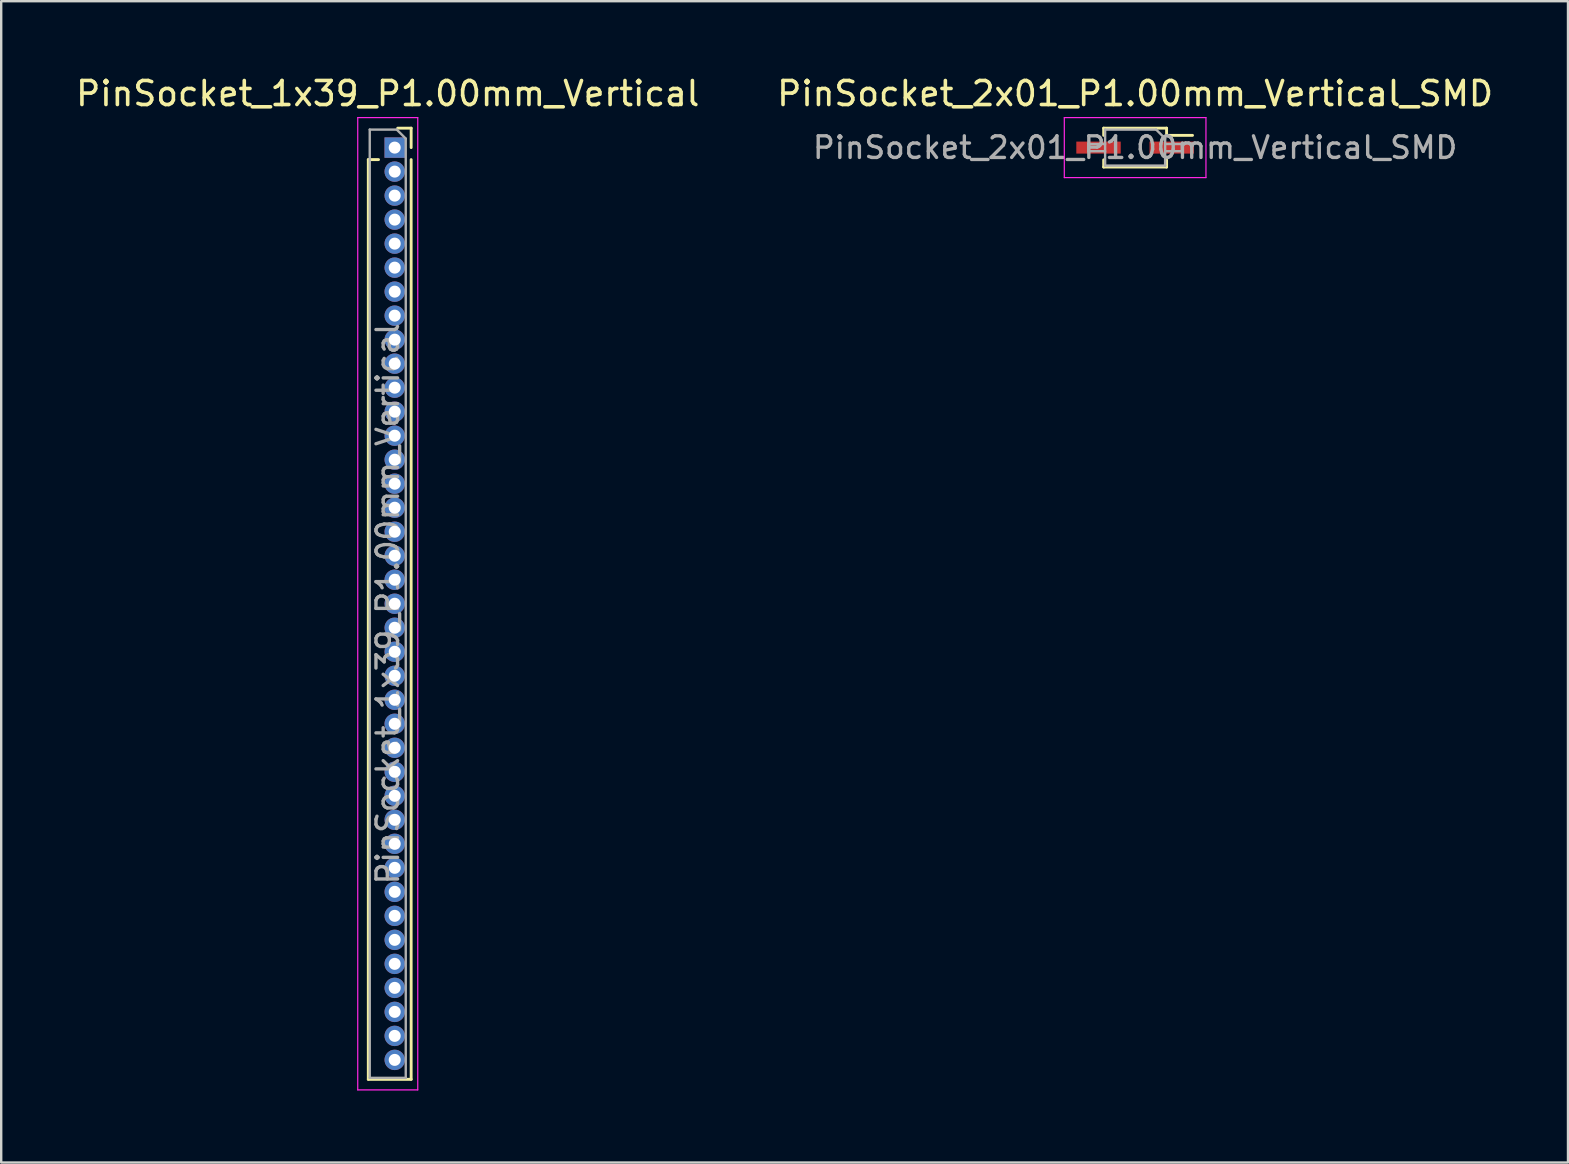
<source format=kicad_pcb>
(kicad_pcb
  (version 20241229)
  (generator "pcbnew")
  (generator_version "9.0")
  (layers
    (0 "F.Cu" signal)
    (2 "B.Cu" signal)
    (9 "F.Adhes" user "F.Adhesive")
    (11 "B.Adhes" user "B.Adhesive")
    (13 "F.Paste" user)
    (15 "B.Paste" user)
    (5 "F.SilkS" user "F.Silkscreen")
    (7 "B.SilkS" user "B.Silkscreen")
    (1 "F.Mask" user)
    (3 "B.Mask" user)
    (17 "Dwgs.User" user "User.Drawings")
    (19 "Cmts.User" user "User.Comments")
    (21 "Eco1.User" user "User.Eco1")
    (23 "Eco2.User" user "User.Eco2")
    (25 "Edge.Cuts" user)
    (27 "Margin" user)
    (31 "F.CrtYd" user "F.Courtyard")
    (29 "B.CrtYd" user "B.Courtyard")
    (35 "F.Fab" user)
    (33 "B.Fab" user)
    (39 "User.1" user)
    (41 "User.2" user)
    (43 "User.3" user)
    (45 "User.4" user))
  (footprint "PinSocket_2x01_P1.00mm_Vertical_SMD"
    (layer "F.Cu")
    (at 44.232 3.098)
    (property "Reference" "PinSocket_2x01_P1.00mm_Vertical_SMD" (at 0 -2.25 0) (layer "F.SilkS") (effects (font (size 1 1) (thickness 0.15))))
    (attr smd)
    (fp_line (start -1.31 -0.81) (end -1.31 -0.51) (stroke (width 0.12) (type solid)) (layer "F.SilkS"))
    (fp_line (start -1.31 -0.81) (end 1.31 -0.81) (stroke (width 0.12) (type solid)) (layer "F.SilkS"))
    (fp_line (start -1.31 0.51) (end -1.31 0.81) (stroke (width 0.12) (type solid)) (layer "F.SilkS"))
    (fp_line (start -1.31 0.81) (end 1.31 0.81) (stroke (width 0.12) (type solid)) (layer "F.SilkS"))
    (fp_line (start 1.31 -0.81) (end 1.31 -0.51) (stroke (width 0.12) (type solid)) (layer "F.SilkS"))
    (fp_line (start 1.31 -0.51) (end 2.39 -0.51) (stroke (width 0.12) (type solid)) (layer "F.SilkS"))
    (fp_line (start 1.31 0.51) (end 1.31 0.81) (stroke (width 0.12) (type solid)) (layer "F.SilkS"))
    (fp_line (start -2.95 -1.25) (end 2.95 -1.25) (stroke (width 0.05) (type solid)) (layer "F.CrtYd"))
    (fp_line (start -2.95 1.25) (end -2.95 -1.25) (stroke (width 0.05) (type solid)) (layer "F.CrtYd"))
    (fp_line (start 2.95 -1.25) (end 2.95 1.25) (stroke (width 0.05) (type solid)) (layer "F.CrtYd"))
    (fp_line (start 2.95 1.25) (end -2.95 1.25) (stroke (width 0.05) (type solid)) (layer "F.CrtYd"))
    (fp_line (start -1.95 -0.15) (end -1.25 -0.15) (stroke (width 0.1) (type solid)) (layer "F.Fab"))
    (fp_line (start -1.95 0.15) (end -1.95 -0.15) (stroke (width 0.1) (type solid)) (layer "F.Fab"))
    (fp_line (start -1.25 -0.75) (end 0.875 -0.75) (stroke (width 0.1) (type solid)) (layer "F.Fab"))
    (fp_line (start -1.25 0.15) (end -1.95 0.15) (stroke (width 0.1) (type solid)) (layer "F.Fab"))
    (fp_line (start -1.25 0.75) (end -1.25 -0.75) (stroke (width 0.1) (type solid)) (layer "F.Fab"))
    (fp_line (start 0.875 -0.75) (end 1.25 -0.375) (stroke (width 0.1) (type solid)) (layer "F.Fab"))
    (fp_line (start 1.25 -0.375) (end 1.25 0.75) (stroke (width 0.1) (type solid)) (layer "F.Fab"))
    (fp_line (start 1.25 -0.15) (end 1.95 -0.15) (stroke (width 0.1) (type solid)) (layer "F.Fab"))
    (fp_line (start 1.25 0.75) (end -1.25 0.75) (stroke (width 0.1) (type solid)) (layer "F.Fab"))
    (fp_line (start 1.95 -0.15) (end 1.95 0.15) (stroke (width 0.1) (type solid)) (layer "F.Fab"))
    (fp_line (start 1.95 0.15) (end 1.25 0.15) (stroke (width 0.1) (type solid)) (layer "F.Fab"))
    (fp_text user "${REFERENCE}" (at 0 0 0) (layer "F.Fab") (effects (font (size 0.9 0.9) (thickness 0.14))))
    (pad "1" smd rect (at 1.525 0) (size 1.85 0.5) (layers "F.Cu" "F.Mask" "F.Paste"))
    (pad "2" smd rect (at -1.525 0) (size 1.85 0.5) (layers "F.Cu" "F.Mask" "F.Paste")))
  (footprint "PinSocket_1x39_P1.00mm_Vertical"
    (layer "F.Cu")
    (at 13.391 3.098)
    (property "Reference" "PinSocket_1x39_P1.00mm_Vertical" (at -0.29 -2.25 0) (layer "F.SilkS") (effects (font (size 1 1) (thickness 0.15))))
    (attr through_hole)
    (fp_line (start -1.1 0.5) (end -1.1 38.81) (stroke (width 0.12) (type solid)) (layer "F.SilkS"))
    (fp_line (start -1.1 0.5) (end -0.674 0.5) (stroke (width 0.12) (type solid)) (layer "F.SilkS"))
    (fp_line (start -1.1 38.81) (end 0.685 38.81) (stroke (width 0.12) (type solid)) (layer "F.SilkS"))
    (fp_line (start 0.125 -0.81) (end 0.685 -0.81) (stroke (width 0.12) (type solid)) (layer "F.SilkS"))
    (fp_line (start 0.685 -0.81) (end 0.685 0) (stroke (width 0.12) (type solid)) (layer "F.SilkS"))
    (fp_line (start 0.685 0.5) (end 0.685 38.81) (stroke (width 0.12) (type solid)) (layer "F.SilkS"))
    (fp_line (start -1.54 -1.25) (end 0.96 -1.25) (stroke (width 0.05) (type solid)) (layer "F.CrtYd"))
    (fp_line (start -1.54 39.25) (end -1.54 -1.25) (stroke (width 0.05) (type solid)) (layer "F.CrtYd"))
    (fp_line (start 0.96 -1.25) (end 0.96 39.25) (stroke (width 0.05) (type solid)) (layer "F.CrtYd"))
    (fp_line (start 0.96 39.25) (end -1.54 39.25) (stroke (width 0.05) (type solid)) (layer "F.CrtYd"))
    (fp_line (start -1.04 -0.75) (end 0.085 -0.75) (stroke (width 0.1) (type solid)) (layer "F.Fab"))
    (fp_line (start -1.04 38.75) (end -1.04 -0.75) (stroke (width 0.1) (type solid)) (layer "F.Fab"))
    (fp_line (start 0.085 -0.75) (end 0.46 -0.375) (stroke (width 0.1) (type solid)) (layer "F.Fab"))
    (fp_line (start 0.46 -0.375) (end 0.46 38.75) (stroke (width 0.1) (type solid)) (layer "F.Fab"))
    (fp_line (start 0.46 38.75) (end -1.04 38.75) (stroke (width 0.1) (type solid)) (layer "F.Fab"))
    (fp_text user "${REFERENCE}" (at -0.29 19 90) (layer "F.Fab") (effects (font (size 0.9 0.9) (thickness 0.14))))
    (pad "1" thru_hole rect (at 0 0) (size 0.85 0.85) (drill 0.5) (layers "*.Cu" "*.Mask"))
    (pad "2" thru_hole oval (at 0 1) (size 0.85 0.85) (drill 0.5) (layers "*.Cu" "*.Mask"))
    (pad "3" thru_hole oval (at 0 2) (size 0.85 0.85) (drill 0.5) (layers "*.Cu" "*.Mask"))
    (pad "4" thru_hole oval (at 0 3) (size 0.85 0.85) (drill 0.5) (layers "*.Cu" "*.Mask"))
    (pad "5" thru_hole oval (at 0 4) (size 0.85 0.85) (drill 0.5) (layers "*.Cu" "*.Mask"))
    (pad "6" thru_hole oval (at 0 5) (size 0.85 0.85) (drill 0.5) (layers "*.Cu" "*.Mask"))
    (pad "7" thru_hole oval (at 0 6) (size 0.85 0.85) (drill 0.5) (layers "*.Cu" "*.Mask"))
    (pad "8" thru_hole oval (at 0 7) (size 0.85 0.85) (drill 0.5) (layers "*.Cu" "*.Mask"))
    (pad "9" thru_hole oval (at 0 8) (size 0.85 0.85) (drill 0.5) (layers "*.Cu" "*.Mask"))
    (pad "10" thru_hole oval (at 0 9) (size 0.85 0.85) (drill 0.5) (layers "*.Cu" "*.Mask"))
    (pad "11" thru_hole oval (at 0 10) (size 0.85 0.85) (drill 0.5) (layers "*.Cu" "*.Mask"))
    (pad "12" thru_hole oval (at 0 11) (size 0.85 0.85) (drill 0.5) (layers "*.Cu" "*.Mask"))
    (pad "13" thru_hole oval (at 0 12) (size 0.85 0.85) (drill 0.5) (layers "*.Cu" "*.Mask"))
    (pad "14" thru_hole oval (at 0 13) (size 0.85 0.85) (drill 0.5) (layers "*.Cu" "*.Mask"))
    (pad "15" thru_hole oval (at 0 14) (size 0.85 0.85) (drill 0.5) (layers "*.Cu" "*.Mask"))
    (pad "16" thru_hole oval (at 0 15) (size 0.85 0.85) (drill 0.5) (layers "*.Cu" "*.Mask"))
    (pad "17" thru_hole oval (at 0 16) (size 0.85 0.85) (drill 0.5) (layers "*.Cu" "*.Mask"))
    (pad "18" thru_hole oval (at 0 17) (size 0.85 0.85) (drill 0.5) (layers "*.Cu" "*.Mask"))
    (pad "19" thru_hole oval (at 0 18) (size 0.85 0.85) (drill 0.5) (layers "*.Cu" "*.Mask"))
    (pad "20" thru_hole oval (at 0 19) (size 0.85 0.85) (drill 0.5) (layers "*.Cu" "*.Mask"))
    (pad "21" thru_hole oval (at 0 20) (size 0.85 0.85) (drill 0.5) (layers "*.Cu" "*.Mask"))
    (pad "22" thru_hole oval (at 0 21) (size 0.85 0.85) (drill 0.5) (layers "*.Cu" "*.Mask"))
    (pad "23" thru_hole oval (at 0 22) (size 0.85 0.85) (drill 0.5) (layers "*.Cu" "*.Mask"))
    (pad "24" thru_hole oval (at 0 23) (size 0.85 0.85) (drill 0.5) (layers "*.Cu" "*.Mask"))
    (pad "25" thru_hole oval (at 0 24) (size 0.85 0.85) (drill 0.5) (layers "*.Cu" "*.Mask"))
    (pad "26" thru_hole oval (at 0 25) (size 0.85 0.85) (drill 0.5) (layers "*.Cu" "*.Mask"))
    (pad "27" thru_hole oval (at 0 26) (size 0.85 0.85) (drill 0.5) (layers "*.Cu" "*.Mask"))
    (pad "28" thru_hole oval (at 0 27) (size 0.85 0.85) (drill 0.5) (layers "*.Cu" "*.Mask"))
    (pad "29" thru_hole oval (at 0 28) (size 0.85 0.85) (drill 0.5) (layers "*.Cu" "*.Mask"))
    (pad "30" thru_hole oval (at 0 29) (size 0.85 0.85) (drill 0.5) (layers "*.Cu" "*.Mask"))
    (pad "31" thru_hole oval (at 0 30) (size 0.85 0.85) (drill 0.5) (layers "*.Cu" "*.Mask"))
    (pad "32" thru_hole oval (at 0 31) (size 0.85 0.85) (drill 0.5) (layers "*.Cu" "*.Mask"))
    (pad "33" thru_hole oval (at 0 32) (size 0.85 0.85) (drill 0.5) (layers "*.Cu" "*.Mask"))
    (pad "34" thru_hole oval (at 0 33) (size 0.85 0.85) (drill 0.5) (layers "*.Cu" "*.Mask"))
    (pad "35" thru_hole oval (at 0 34) (size 0.85 0.85) (drill 0.5) (layers "*.Cu" "*.Mask"))
    (pad "36" thru_hole oval (at 0 35) (size 0.85 0.85) (drill 0.5) (layers "*.Cu" "*.Mask"))
    (pad "37" thru_hole oval (at 0 36) (size 0.85 0.85) (drill 0.5) (layers "*.Cu" "*.Mask"))
    (pad "38" thru_hole oval (at 0 37) (size 0.85 0.85) (drill 0.5) (layers "*.Cu" "*.Mask"))
    (pad "39" thru_hole oval (at 0 38) (size 0.85 0.85) (drill 0.5) (layers "*.Cu" "*.Mask")))
  (gr_rect
    (start -3 -3)
    (end 62.262 45.373)
    (stroke (width 0.1) (type default))
    (fill no)
    (layer "Edge.Cuts")))
</source>
